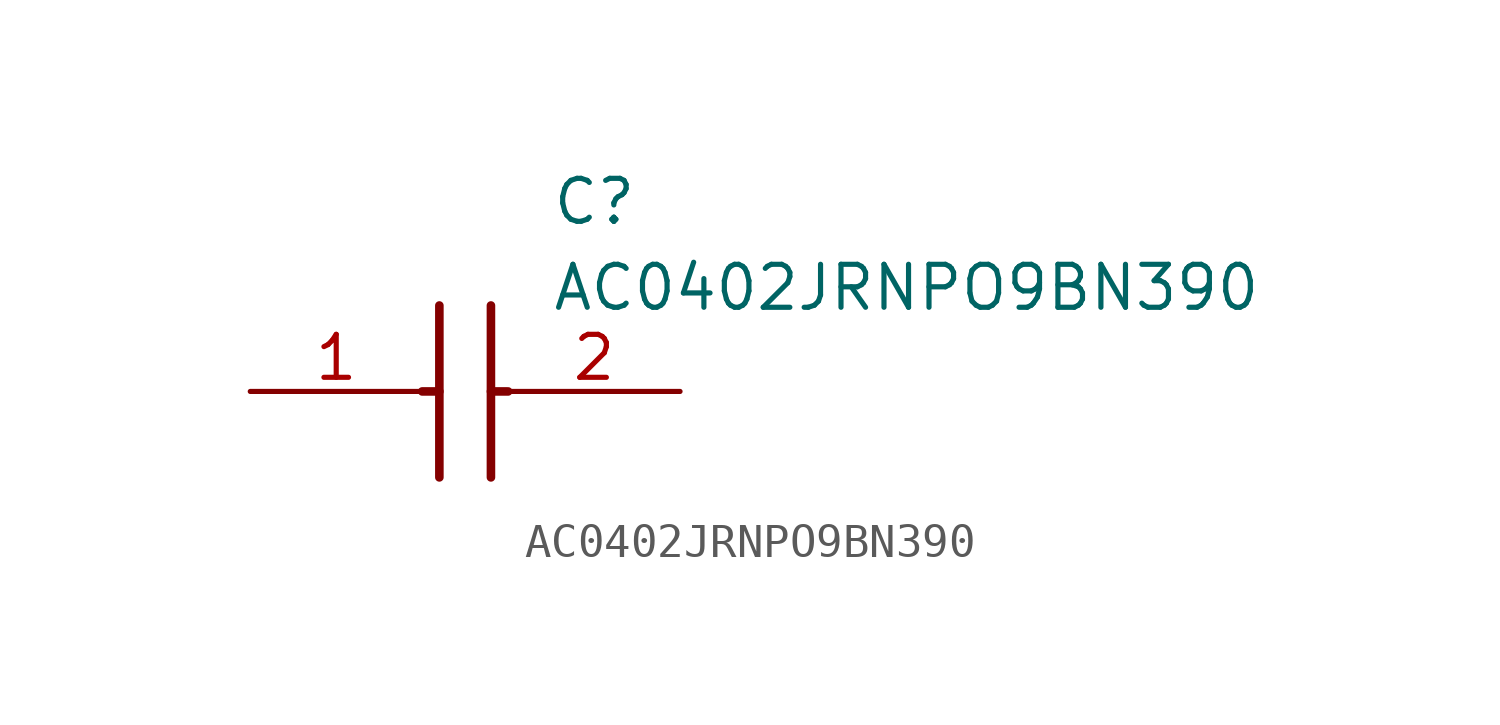
<source format=kicad_sym>
(kicad_symbol_lib
  (version 20211014)
  (generator SamacSys_ECAD_Model)
  (symbol "AC0402JRNPO9BN390"
    (pin_names hide)
    (property "Reference" "C"
      (at 8.89 6.35 0)
      (effects (font (size 1.27 1.27)) (justify left top)))
    (property "Value" "AC0402JRNPO9BN390"
      (at 8.89 3.81 0)
      (effects (font (size 1.27 1.27)) (justify left top)))
    (polyline
      (pts (xy 5.588 2.54) (xy 5.588 -2.54))
      (stroke (width 0.254) (type default))
      (fill (type none)))
    (polyline
      (pts (xy 7.112 2.54) (xy 7.112 -2.54))
      (stroke (width 0.254) (type default))
      (fill (type none)))
    (polyline
      (pts (xy 5.08 0) (xy 5.588 0))
      (stroke (width 0.254) (type default))
      (fill (type none)))
    (polyline
      (pts (xy 7.112 0) (xy 7.62 0))
      (stroke (width 0.254) (type default))
      (fill (type none)))
    (pin passive line
      (at 0 0 0)
      (length 5.08)
      (name "1" (effects (font (size 1.27 1.27))))
      (number "1" (effects (font (size 1.27 1.27)))))
    (pin passive line
      (at 12.7 0 180)
      (length 5.08)
      (name "2" (effects (font (size 1.27 1.27))))
      (number "2" (effects (font (size 1.27 1.27)))))))
</source>
